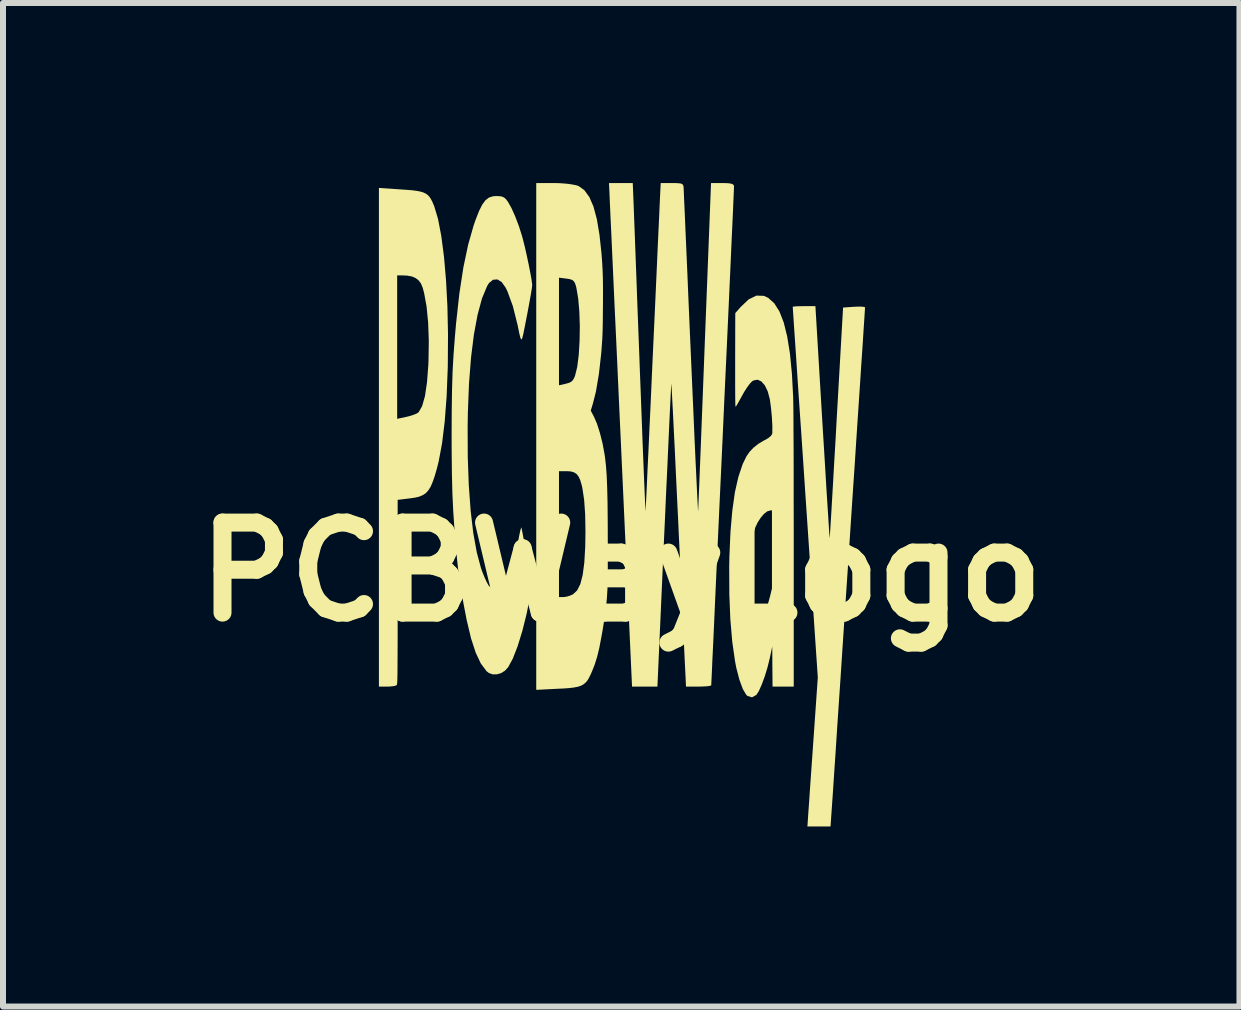
<source format=kicad_pcb>
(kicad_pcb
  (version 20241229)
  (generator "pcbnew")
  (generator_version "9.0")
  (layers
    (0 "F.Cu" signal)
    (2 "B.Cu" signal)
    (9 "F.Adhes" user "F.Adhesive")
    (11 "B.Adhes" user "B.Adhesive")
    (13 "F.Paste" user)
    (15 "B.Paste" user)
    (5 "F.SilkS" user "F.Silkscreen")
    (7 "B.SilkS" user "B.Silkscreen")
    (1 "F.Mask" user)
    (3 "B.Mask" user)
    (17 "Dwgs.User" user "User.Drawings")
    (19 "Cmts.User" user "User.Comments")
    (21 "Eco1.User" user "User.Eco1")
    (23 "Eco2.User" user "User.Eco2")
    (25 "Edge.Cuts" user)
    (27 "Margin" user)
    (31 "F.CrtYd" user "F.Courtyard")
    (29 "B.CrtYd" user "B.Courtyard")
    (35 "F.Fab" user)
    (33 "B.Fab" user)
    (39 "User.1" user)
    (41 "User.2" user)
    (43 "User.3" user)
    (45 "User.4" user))
  (footprint "PCBWayLogo"
    (layer "F.Cu")
    (at 7.3 6.478)
    (property "Reference" "PCBWayLogo" (at 0 0 0) (layer "F.SilkS") (effects (font (size 1.5 1.5) (thickness 0.3))))
    (attr board_only exclude_from_pos_files exclude_from_bom)
    (fp_poly (pts (xy 3.351 -2.493) (xy 3.376 -2.089) (xy 3.399 -1.714) (xy 3.419 -1.376) (xy 3.438 -1.084) (xy 3.453 -0.849) (xy 3.464 -0.677) (xy 3.471 -0.579) (xy 3.472 -0.559) (xy 3.476 -0.602) (xy 3.484 -0.725) (xy 3.496 -0.919) (xy 3.511 -1.175) (xy 3.529 -1.483) (xy 3.549 -1.835) (xy 3.572 -2.222) (xy 3.586 -2.482) (xy 3.696 -4.404) (xy 3.879 -4.417) (xy 3.932 -4.419) (xy 3.98 -4.42) (xy 4.018 -4.418) (xy 4.046 -4.414) (xy 4.061 -4.408) (xy 4.062 -4.405) (xy 4.059 -4.359) (xy 4.051 -4.233) (xy 4.038 -4.034) (xy 4.021 -3.77) (xy 3.999 -3.448) (xy 3.975 -3.076) (xy 3.947 -2.66) (xy 3.917 -2.208) (xy 3.886 -1.729) (xy 3.852 -1.228) (xy 3.818 -0.713) (xy 3.784 -0.192) (xy 3.749 0.328) (xy 3.715 0.839) (xy 3.682 1.335) (xy 3.651 1.807) (xy 3.621 2.249) (xy 3.594 2.652) (xy 3.571 3.01) (xy 3.55 3.316) (xy 3.534 3.561) (xy 3.522 3.739) (xy 3.517 3.81) (xy 3.487 4.241) (xy 3.295 4.241) (xy 3.102 4.241) (xy 3.12 3.973) (xy 3.129 3.85) (xy 3.142 3.656) (xy 3.159 3.411) (xy 3.179 3.13) (xy 3.2 2.832) (xy 3.207 2.732) (xy 3.275 1.759) (xy 3.066 -1.322) (xy 3.032 -1.833) (xy 2.999 -2.317) (xy 2.968 -2.768) (xy 2.94 -3.179) (xy 2.916 -3.543) (xy 2.895 -3.853) (xy 2.878 -4.102) (xy 2.866 -4.283) (xy 2.859 -4.39) (xy 2.857 -4.416) (xy 2.865 -4.419) (xy 2.887 -4.422) (xy 2.922 -4.425) (xy 2.966 -4.426) (xy 3.018 -4.427) (xy 3.046 -4.428) (xy 3.235 -4.428)) (stroke (width 0) (type solid)) (fill yes) (layer "F.SilkS"))
    (fp_poly (pts (xy -3.655 -6.371) (xy -3.556 -6.364) (xy -3.473 -6.357) (xy -3.402 -6.347) (xy -3.344 -6.336) (xy -3.296 -6.321) (xy -3.256 -6.302) (xy -3.223 -6.278) (xy -3.195 -6.249) (xy -3.171 -6.212) (xy -3.148 -6.168) (xy -3.126 -6.116) (xy -3.115 -6.09) (xy -3.052 -5.879) (xy -2.998 -5.596) (xy -2.953 -5.252) (xy -2.919 -4.858) (xy -2.896 -4.426) (xy -2.886 -3.965) (xy -2.889 -3.488) (xy -2.89 -3.406) (xy -2.909 -2.924) (xy -2.941 -2.504) (xy -2.985 -2.142) (xy -3.042 -1.838) (xy -3.073 -1.715) (xy -3.108 -1.595) (xy -3.142 -1.497) (xy -3.176 -1.418) (xy -3.214 -1.358) (xy -3.257 -1.311) (xy -3.308 -1.278) (xy -3.368 -1.253) (xy -3.442 -1.236) (xy -3.521 -1.225) (xy -3.725 -1.2) (xy -3.725 0.327) (xy -3.725 0.749) (xy -3.725 1.087) (xy -3.726 1.35) (xy -3.727 1.548) (xy -3.728 1.69) (xy -3.73 1.785) (xy -3.732 1.843) (xy -3.736 1.873) (xy -3.738 1.883) (xy -3.751 1.892) (xy -3.777 1.9) (xy -3.814 1.906) (xy -3.859 1.91) (xy -3.894 1.911) (xy -4.037 1.911) (xy -4.037 -2.243) (xy -4.037 -3.745) (xy -3.733 -3.745) (xy -3.733 -2.55) (xy -3.575 -2.584) (xy -3.522 -2.597) (xy -3.472 -2.613) (xy -3.428 -2.63) (xy -3.394 -2.647) (xy -3.375 -2.661) (xy -3.317 -2.762) (xy -3.27 -2.928) (xy -3.236 -3.157) (xy -3.214 -3.447) (xy -3.211 -3.518) (xy -3.206 -3.85) (xy -3.217 -4.153) (xy -3.243 -4.421) (xy -3.284 -4.646) (xy -3.308 -4.735) (xy -3.336 -4.803) (xy -3.375 -4.856) (xy -3.425 -4.895) (xy -3.488 -4.922) (xy -3.566 -4.936) (xy -3.622 -4.939) (xy -3.733 -4.94) (xy -3.733 -3.745) (xy -4.037 -3.745) (xy -4.037 -6.397)) (stroke (width 0) (type solid)) (fill yes) (layer "F.SilkS"))
    (fp_poly (pts (xy 2.376 -4.599) (xy 2.448 -4.566) (xy 2.549 -4.476) (xy 2.635 -4.34) (xy 2.707 -4.156) (xy 2.765 -3.922) (xy 2.811 -3.636) (xy 2.844 -3.297) (xy 2.865 -2.903) (xy 2.865 -2.889) (xy 2.867 -2.788) (xy 2.869 -2.604) (xy 2.87 -2.343) (xy 2.872 -2.016) (xy 2.873 -1.63) (xy 2.873 -1.195) (xy 2.874 -0.72) (xy 2.874 -0.366) (xy 2.874 1.911) (xy 2.697 1.911) (xy 2.521 1.911) (xy 2.518 1.577) (xy 2.516 1.243) (xy 2.475 1.437) (xy 2.438 1.587) (xy 2.392 1.739) (xy 2.341 1.877) (xy 2.292 1.987) (xy 2.251 2.05) (xy 2.178 2.09) (xy 2.104 2.067) (xy 2.082 2.047) (xy 2.026 1.952) (xy 1.969 1.797) (xy 1.918 1.603) (xy 1.897 1.494) (xy 1.85 1.166) (xy 1.818 0.792) (xy 1.801 0.382) (xy 1.799 -0.027) (xy 2.16 -0.027) (xy 2.167 0.201) (xy 2.184 0.403) (xy 2.212 0.559) (xy 2.227 0.609) (xy 2.261 0.662) (xy 2.304 0.685) (xy 2.351 0.679) (xy 2.394 0.644) (xy 2.428 0.583) (xy 2.455 0.496) (xy 2.482 0.396) (xy 2.484 0.388) (xy 2.511 0.275) (xy 2.511 -0.375) (xy 2.511 -1.025) (xy 2.484 -1.024) (xy 2.432 -1.008) (xy 2.378 -0.966) (xy 2.324 -0.903) (xy 2.274 -0.826) (xy 2.233 -0.739) (xy 2.205 -0.648) (xy 2.205 -0.647) (xy 2.178 -0.472) (xy 2.163 -0.258) (xy 2.16 -0.027) (xy 1.799 -0.027) (xy 1.798 -0.057) (xy 1.802 -0.256) (xy 1.82 -0.667) (xy 1.851 -1.023) (xy 1.894 -1.328) (xy 1.952 -1.584) (xy 2.023 -1.795) (xy 2.086 -1.925) (xy 2.137 -1.999) (xy 2.203 -2.069) (xy 2.282 -2.132) (xy 2.373 -2.187) (xy 2.394 -2.197) (xy 2.446 -2.227) (xy 2.484 -2.257) (xy 2.509 -2.286) (xy 2.517 -2.312) (xy 2.518 -2.425) (xy 2.51 -2.577) (xy 2.495 -2.735) (xy 2.477 -2.867) (xy 2.476 -2.875) (xy 2.441 -3.007) (xy 2.393 -3.107) (xy 2.335 -3.173) (xy 2.272 -3.202) (xy 2.205 -3.19) (xy 2.178 -3.173) (xy 2.142 -3.135) (xy 2.097 -3.074) (xy 2.048 -2.998) (xy 2.013 -2.935) (xy 1.974 -2.864) (xy 1.941 -2.805) (xy 1.917 -2.765) (xy 1.905 -2.75) (xy 1.905 -2.75) (xy 1.901 -2.788) (xy 1.899 -2.906) (xy 1.898 -3.107) (xy 1.898 -3.396) (xy 1.898 -3.53) (xy 1.9 -4.311) (xy 1.989 -4.413) (xy 2.125 -4.542) (xy 2.253 -4.603)) (stroke (width 0) (type solid)) (fill yes) (layer "F.SilkS"))
    (fp_poly (pts (xy -2.03 -6.26) (xy -1.987 -6.253) (xy -1.953 -6.238) (xy -1.924 -6.213) (xy -1.895 -6.177) (xy -1.884 -6.16) (xy -1.827 -6.058) (xy -1.765 -5.919) (xy -1.705 -5.76) (xy -1.653 -5.597) (xy -1.638 -5.541) (xy -1.607 -5.418) (xy -1.575 -5.277) (xy -1.544 -5.131) (xy -1.517 -4.994) (xy -1.496 -4.879) (xy -1.485 -4.8) (xy -1.483 -4.781) (xy -1.489 -4.728) (xy -1.505 -4.627) (xy -1.53 -4.489) (xy -1.56 -4.327) (xy -1.572 -4.265) (xy -1.607 -4.085) (xy -1.632 -3.961) (xy -1.65 -3.891) (xy -1.665 -3.87) (xy -1.679 -3.897) (xy -1.697 -3.968) (xy -1.72 -4.079) (xy -1.727 -4.114) (xy -1.806 -4.429) (xy -1.896 -4.674) (xy -1.926 -4.736) (xy -1.992 -4.829) (xy -2.064 -4.873) (xy -2.137 -4.867) (xy -2.204 -4.811) (xy -2.234 -4.763) (xy -2.32 -4.556) (xy -2.393 -4.286) (xy -2.454 -3.958) (xy -2.502 -3.575) (xy -2.536 -3.141) (xy -2.555 -2.662) (xy -2.559 -2.423) (xy -2.557 -1.916) (xy -2.54 -1.447) (xy -2.509 -1.022) (xy -2.465 -0.647) (xy -2.407 -0.326) (xy -2.337 -0.065) (xy -2.316 -0.005) (xy -2.279 0.087) (xy -2.242 0.168) (xy -2.211 0.225) (xy -2.204 0.235) (xy -2.164 0.268) (xy -2.114 0.284) (xy -2.06 0.282) (xy -2.009 0.264) (xy -1.972 0.235) (xy -1.91 0.133) (xy -1.844 -0.036) (xy -1.778 -0.26) (xy -1.715 -0.525) (xy -1.697 -0.618) (xy -1.679 -0.699) (xy -1.666 -0.739) (xy -1.663 -0.739) (xy -1.655 -0.701) (xy -1.637 -0.609) (xy -1.613 -0.474) (xy -1.584 -0.309) (xy -1.572 -0.244) (xy -1.488 0.233) (xy -1.517 0.403) (xy -1.577 0.701) (xy -1.648 0.985) (xy -1.726 1.238) (xy -1.806 1.444) (xy -1.884 1.588) (xy -1.938 1.647) (xy -2.003 1.687) (xy -2.073 1.707) (xy -2.143 1.707) (xy -2.206 1.684) (xy -2.244 1.654) (xy -2.34 1.525) (xy -2.424 1.347) (xy -2.502 1.108) (xy -2.576 0.797) (xy -2.63 0.516) (xy -2.666 0.31) (xy -2.693 0.141) (xy -2.714 -0.017) (xy -2.733 -0.187) (xy -2.75 -0.374) (xy -2.778 -0.709) (xy -2.799 -1.012) (xy -2.813 -1.309) (xy -2.821 -1.627) (xy -2.825 -1.992) (xy -2.826 -2.284) (xy -2.824 -2.692) (xy -2.819 -3.033) (xy -2.81 -3.332) (xy -2.794 -3.616) (xy -2.772 -3.908) (xy -2.752 -4.137) (xy -2.697 -4.636) (xy -2.63 -5.073) (xy -2.55 -5.453) (xy -2.457 -5.779) (xy -2.423 -5.875) (xy -2.367 -6.017) (xy -2.314 -6.122) (xy -2.261 -6.193) (xy -2.203 -6.237) (xy -2.136 -6.258) (xy -2.086 -6.262)) (stroke (width 0) (type solid)) (fill yes) (layer "F.SilkS"))
    (fp_poly (pts (xy -1.042 -6.477) (xy -0.967 -6.472) (xy -0.896 -6.466) (xy -0.831 -6.457) (xy -0.775 -6.447) (xy -0.731 -6.436) (xy -0.71 -6.428) (xy -0.614 -6.359) (xy -0.532 -6.246) (xy -0.463 -6.088) (xy -0.407 -5.88) (xy -0.363 -5.621) (xy -0.329 -5.307) (xy -0.319 -5.175) (xy -0.311 -5.036) (xy -0.306 -4.898) (xy -0.304 -4.734) (xy -0.304 -4.515) (xy -0.305 -4.428) (xy -0.307 -4.191) (xy -0.31 -4.017) (xy -0.316 -3.875) (xy -0.326 -3.735) (xy -0.334 -3.635) (xy -0.372 -3.296) (xy -0.422 -3.002) (xy -0.471 -2.808) (xy -0.508 -2.686) (xy -0.453 -2.582) (xy -0.403 -2.466) (xy -0.354 -2.311) (xy -0.31 -2.135) (xy -0.277 -1.955) (xy -0.27 -1.907) (xy -0.254 -1.764) (xy -0.242 -1.6) (xy -0.234 -1.399) (xy -0.228 -1.149) (xy -0.225 -0.833) (xy -0.224 -0.489) (xy -0.224 -0.206) (xy -0.224 0.003) (xy -0.226 0.155) (xy -0.229 0.268) (xy -0.234 0.36) (xy -0.24 0.45) (xy -0.244 0.489) (xy -0.26 0.631) (xy -0.284 0.808) (xy -0.314 0.993) (xy -0.327 1.065) (xy -0.365 1.264) (xy -0.401 1.413) (xy -0.439 1.535) (xy -0.458 1.585) (xy -0.488 1.66) (xy -0.516 1.723) (xy -0.543 1.776) (xy -0.571 1.819) (xy -0.603 1.853) (xy -0.639 1.88) (xy -0.682 1.901) (xy -0.733 1.916) (xy -0.795 1.927) (xy -0.868 1.936) (xy -0.955 1.942) (xy -1.039 1.946) (xy -1.416 1.965) (xy -1.416 -0.629) (xy -1.037 -0.629) (xy -1.037 0.419) (xy -0.959 0.419) (xy -0.911 0.413) (xy -0.858 0.397) (xy -0.808 0.376) (xy -0.802 0.372) (xy -0.734 0.308) (xy -0.681 0.202) (xy -0.642 0.049) (xy -0.615 -0.156) (xy -0.6 -0.417) (xy -0.596 -0.659) (xy -0.601 -0.959) (xy -0.618 -1.2) (xy -0.647 -1.394) (xy -0.659 -1.447) (xy -0.683 -1.528) (xy -0.711 -1.589) (xy -0.745 -1.632) (xy -0.788 -1.659) (xy -0.842 -1.674) (xy -0.906 -1.678) (xy -1.037 -1.678) (xy -1.037 -0.629) (xy -1.416 -0.629) (xy -1.416 -2.257) (xy -1.416 -4.005) (xy -1.037 -4.005) (xy -1.037 -3.109) (xy -0.922 -3.135) (xy -0.873 -3.149) (xy -0.837 -3.165) (xy -0.811 -3.188) (xy -0.79 -3.22) (xy -0.77 -3.265) (xy -0.769 -3.27) (xy -0.733 -3.415) (xy -0.708 -3.614) (xy -0.694 -3.847) (xy -0.69 -4.094) (xy -0.698 -4.337) (xy -0.717 -4.556) (xy -0.747 -4.732) (xy -0.758 -4.774) (xy -0.772 -4.813) (xy -0.789 -4.841) (xy -0.811 -4.86) (xy -0.841 -4.873) (xy -0.884 -4.882) (xy -0.912 -4.886) (xy -1.037 -4.902) (xy -1.037 -4.005) (xy -1.416 -4.005) (xy -1.416 -6.478) (xy -1.117 -6.478)) (stroke (width 0) (type solid)) (fill yes) (layer "F.SilkS"))
    (fp_poly (pts (xy 0.205 -6.164) (xy 0.209 -6.058) (xy 0.216 -5.87) (xy 0.226 -5.611) (xy 0.238 -5.29) (xy 0.252 -4.918) (xy 0.267 -4.503) (xy 0.284 -4.057) (xy 0.302 -3.588) (xy 0.308 -3.413) (xy 0.326 -2.953) (xy 0.342 -2.522) (xy 0.357 -2.129) (xy 0.371 -1.782) (xy 0.383 -1.49) (xy 0.393 -1.26) (xy 0.4 -1.101) (xy 0.404 -1.021) (xy 0.405 -1.013) (xy 0.408 -1.064) (xy 0.415 -1.197) (xy 0.425 -1.403) (xy 0.437 -1.676) (xy 0.453 -2.006) (xy 0.47 -2.385) (xy 0.49 -2.806) (xy 0.51 -3.259) (xy 0.525 -3.589) (xy 0.547 -4.065) (xy 0.568 -4.519) (xy 0.587 -4.94) (xy 0.604 -5.322) (xy 0.619 -5.653) (xy 0.632 -5.927) (xy 0.641 -6.133) (xy 0.647 -6.264) (xy 0.649 -6.303) (xy 0.658 -6.478) (xy 0.847 -6.478) (xy 0.908 -6.478) (xy 0.955 -6.475) (xy 0.989 -6.471) (xy 1.012 -6.463) (xy 1.027 -6.45) (xy 1.035 -6.433) (xy 1.039 -6.409) (xy 1.04 -6.397) (xy 1.042 -6.338) (xy 1.048 -6.196) (xy 1.058 -5.98) (xy 1.07 -5.698) (xy 1.085 -5.359) (xy 1.102 -4.969) (xy 1.12 -4.538) (xy 1.14 -4.074) (xy 1.16 -3.621) (xy 1.182 -3.115) (xy 1.203 -2.647) (xy 1.221 -2.224) (xy 1.238 -1.854) (xy 1.253 -1.542) (xy 1.265 -1.296) (xy 1.274 -1.122) (xy 1.279 -1.026) (xy 1.281 -1.011) (xy 1.284 -1.071) (xy 1.29 -1.214) (xy 1.299 -1.431) (xy 1.31 -1.715) (xy 1.324 -2.056) (xy 1.339 -2.448) (xy 1.356 -2.88) (xy 1.374 -3.347) (xy 1.391 -3.787) (xy 1.496 -6.478) (xy 1.688 -6.478) (xy 1.753 -6.477) (xy 1.803 -6.473) (xy 1.839 -6.466) (xy 1.863 -6.455) (xy 1.876 -6.439) (xy 1.879 -6.421) (xy 1.877 -6.369) (xy 1.871 -6.232) (xy 1.862 -6.019) (xy 1.849 -5.734) (xy 1.833 -5.385) (xy 1.815 -4.977) (xy 1.794 -4.518) (xy 1.771 -4.014) (xy 1.746 -3.471) (xy 1.719 -2.896) (xy 1.692 -2.295) (xy 1.69 -2.25) (xy 1.662 -1.648) (xy 1.635 -1.072) (xy 1.61 -0.529) (xy 1.587 -0.024) (xy 1.566 0.435) (xy 1.548 0.843) (xy 1.532 1.193) (xy 1.518 1.479) (xy 1.509 1.694) (xy 1.502 1.833) (xy 1.5 1.887) (xy 1.5 1.888) (xy 1.492 1.894) (xy 1.469 1.9) (xy 1.434 1.905) (xy 1.389 1.908) (xy 1.336 1.91) (xy 1.29 1.911) (xy 1.079 1.911) (xy 1.071 1.736) (xy 1.067 1.658) (xy 1.059 1.499) (xy 1.048 1.268) (xy 1.035 0.974) (xy 1.018 0.627) (xy 1 0.235) (xy 0.98 -0.191) (xy 0.958 -0.644) (xy 0.951 -0.805) (xy 0.929 -1.256) (xy 0.909 -1.678) (xy 0.891 -2.062) (xy 0.874 -2.4) (xy 0.86 -2.684) (xy 0.848 -2.906) (xy 0.84 -3.057) (xy 0.835 -3.13) (xy 0.834 -3.135) (xy 0.831 -3.084) (xy 0.824 -2.951) (xy 0.814 -2.745) (xy 0.801 -2.472) (xy 0.786 -2.143) (xy 0.769 -1.764) (xy 0.749 -1.344) (xy 0.729 -0.893) (xy 0.715 -0.594) (xy 0.603 1.911) (xy 0.391 1.911) (xy 0.18 1.911) (xy -0.007 -2.179) (xy -0.035 -2.781) (xy -0.061 -3.359) (xy -0.086 -3.905) (xy -0.11 -4.414) (xy -0.131 -4.879) (xy -0.15 -5.294) (xy -0.166 -5.65) (xy -0.18 -5.943) (xy -0.19 -6.166) (xy -0.196 -6.311) (xy -0.199 -6.373) (xy -0.199 -6.373) (xy -0.204 -6.478) (xy -0.006 -6.478) (xy 0.192 -6.478)) (stroke (width 0) (type solid)) (fill yes) (layer "F.SilkS")))
  (gr_rect
    (start -3 -3)
    (end 17.6 13.719)
    (stroke (width 0.1) (type default))
    (fill no)
    (layer "Edge.Cuts")))
</source>
